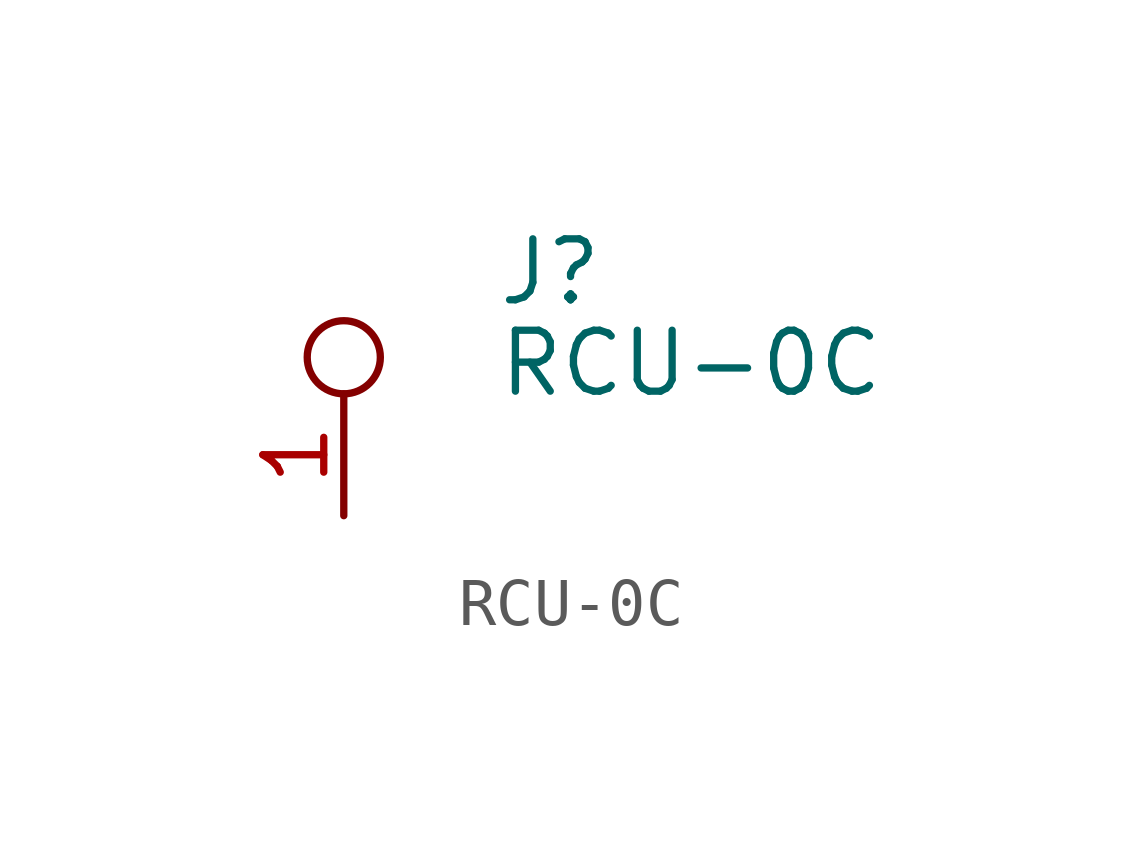
<source format=kicad_sym>
(kicad_symbol_lib
  (version 20210619)
  (generator kicad_symbol_editor)
  (symbol "RCU-0C"
    (pin_names
      (offset 1.016) hide)
    (property "Reference" "J"
      (at 3.175 5.08 0)
      (effects (font (size 1.27 1.27)) (justify left)))
    (property "Value" "RCU-0C"
      (at 3.175 3.175 0)
      (effects (font (size 1.27 1.27)) (justify left)))
    (symbol "RCU-0C_1_1"
      (circle (center 0 3.302) (radius 0.762) (stroke (width 0)) (fill (type none)))
      (pin passive line (at 0 0 90) (length 2.54) (name "1" (effects (font (size 1.27 1.27)))) (number "1" (effects (font (size 1.27 1.27))))))))
</source>
